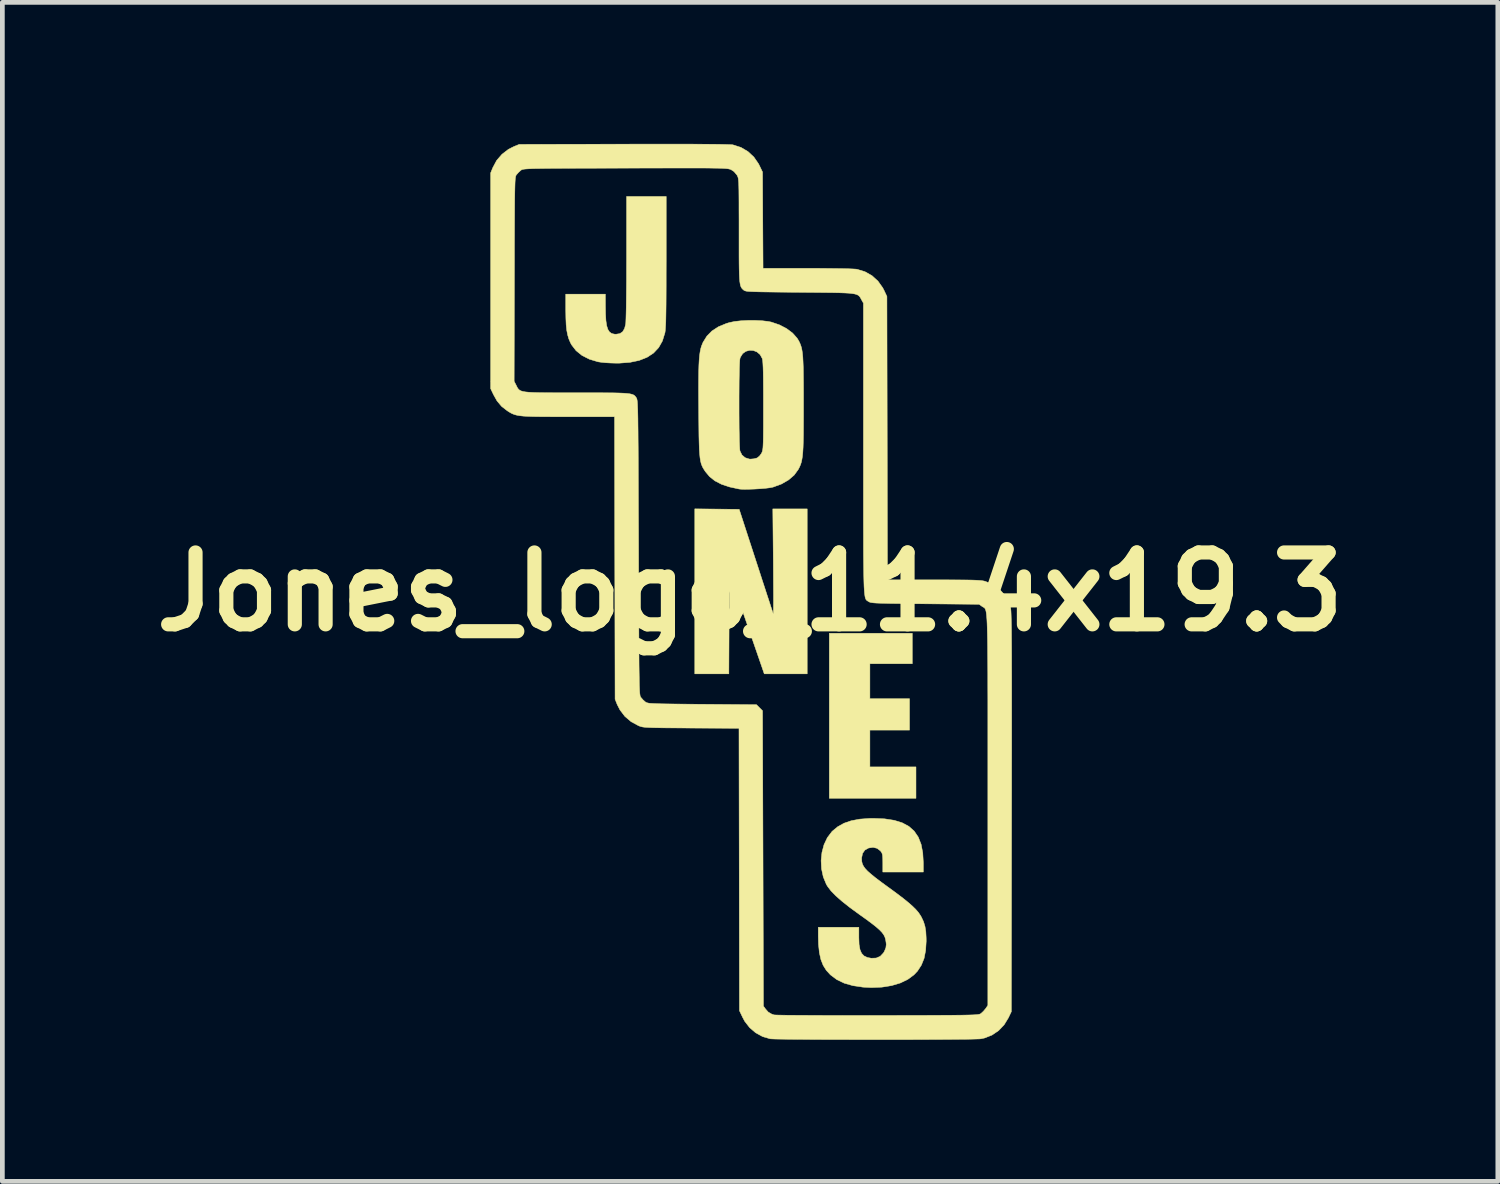
<source format=kicad_pcb>
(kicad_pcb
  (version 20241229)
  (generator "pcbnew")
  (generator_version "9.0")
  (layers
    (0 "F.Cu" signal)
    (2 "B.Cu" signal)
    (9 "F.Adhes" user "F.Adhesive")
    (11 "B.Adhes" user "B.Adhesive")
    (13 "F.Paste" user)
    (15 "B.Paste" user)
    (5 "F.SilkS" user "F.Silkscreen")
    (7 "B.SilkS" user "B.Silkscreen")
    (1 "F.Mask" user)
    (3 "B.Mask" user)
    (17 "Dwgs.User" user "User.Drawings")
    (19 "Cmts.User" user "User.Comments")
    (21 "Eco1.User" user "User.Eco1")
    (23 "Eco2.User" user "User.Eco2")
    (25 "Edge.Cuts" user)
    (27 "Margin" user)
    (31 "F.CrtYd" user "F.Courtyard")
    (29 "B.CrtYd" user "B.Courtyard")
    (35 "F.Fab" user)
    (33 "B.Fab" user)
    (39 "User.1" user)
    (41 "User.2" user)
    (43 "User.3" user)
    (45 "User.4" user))
  (footprint "Jones_logo_11.4x19.3"
    (layer "F.Cu")
    (at 12.852 9.497)
    (property "Reference" "Jones_logo_11.4x19.3" (at 0 0 0) (layer "F.SilkS") (effects (font (size 1.524 1.524) (thickness 0.3))))
    (attr through_hole)
    (fp_poly (pts (xy 3.439 1.524) (xy 2.54 1.524) (xy 2.54 2.266) (xy 3.38 2.266) (xy 3.38 2.931) (xy 2.54 2.931) (xy 2.54 3.712) (xy 3.517 3.712) (xy 3.517 4.377) (xy 1.68 4.377) (xy 1.68 0.879) (xy 3.439 0.879) (xy 3.439 1.524)) (stroke (width 0.01) (type solid)) (fill yes) (layer "F.SilkS"))
    (fp_poly (pts (xy -0.231 -1.749) (xy 0.125 -0.655) (xy 0.19 -0.456) (xy 0.251 -0.267) (xy 0.308 -0.093) (xy 0.359 0.064) (xy 0.404 0.2) (xy 0.44 0.312) (xy 0.468 0.396) (xy 0.486 0.45) (xy 0.492 0.469) (xy 0.494 0.455) (xy 0.495 0.406) (xy 0.496 0.324) (xy 0.497 0.214) (xy 0.497 0.077) (xy 0.496 -0.082) (xy 0.495 -0.26) (xy 0.494 -0.454) (xy 0.493 -0.63) (xy 0.482 -1.758) (xy 1.211 -1.758) (xy 1.211 1.739) (xy 0.301 1.739) (xy -0.44 -0.406) (xy -0.45 1.739) (xy -1.172 1.739) (xy -1.172 -1.759) (xy -0.231 -1.749)) (stroke (width 0.01) (type solid)) (fill yes) (layer "F.SilkS"))
    (fp_poly (pts (xy -1.778 -7) (xy -1.779 -6.722) (xy -1.779 -6.481) (xy -1.78 -6.274) (xy -1.781 -6.097) (xy -1.783 -5.949) (xy -1.785 -5.826) (xy -1.787 -5.725) (xy -1.791 -5.645) (xy -1.795 -5.582) (xy -1.799 -5.533) (xy -1.804 -5.497) (xy -1.807 -5.485) (xy -1.859 -5.318) (xy -1.938 -5.178) (xy -2.047 -5.062) (xy -2.184 -4.972) (xy -2.351 -4.906) (xy -2.547 -4.865) (xy -2.774 -4.848) (xy -2.843 -4.848) (xy -2.953 -4.851) (xy -3.063 -4.857) (xy -3.158 -4.867) (xy -3.224 -4.877) (xy -3.407 -4.932) (xy -3.563 -5.011) (xy -3.689 -5.113) (xy -3.784 -5.236) (xy -3.809 -5.283) (xy -3.843 -5.363) (xy -3.868 -5.449) (xy -3.887 -5.546) (xy -3.899 -5.661) (xy -3.905 -5.802) (xy -3.908 -5.974) (xy -3.908 -5.984) (xy -3.908 -6.311) (xy -3.068 -6.311) (xy -3.067 -6.062) (xy -3.064 -5.888) (xy -3.056 -5.749) (xy -3.04 -5.642) (xy -3.015 -5.563) (xy -2.981 -5.51) (xy -2.935 -5.477) (xy -2.877 -5.463) (xy -2.843 -5.461) (xy -2.761 -5.474) (xy -2.701 -5.514) (xy -2.66 -5.585) (xy -2.637 -5.677) (xy -2.634 -5.718) (xy -2.631 -5.796) (xy -2.628 -5.906) (xy -2.625 -6.046) (xy -2.623 -6.213) (xy -2.621 -6.404) (xy -2.619 -6.615) (xy -2.619 -6.844) (xy -2.618 -7.087) (xy -2.618 -7.088) (xy -2.618 -8.382) (xy -1.778 -8.382) (xy -1.778 -7)) (stroke (width 0.01) (type solid)) (fill yes) (layer "F.SilkS"))
    (fp_poly (pts (xy 2.853 4.813) (xy 3.055 4.844) (xy 3.226 4.897) (xy 3.367 4.973) (xy 3.48 5.074) (xy 3.566 5.2) (xy 3.626 5.353) (xy 3.661 5.534) (xy 3.673 5.744) (xy 3.673 5.749) (xy 3.673 5.94) (xy 2.814 5.94) (xy 2.814 5.746) (xy 2.813 5.655) (xy 2.809 5.594) (xy 2.801 5.553) (xy 2.786 5.522) (xy 2.764 5.492) (xy 2.694 5.438) (xy 2.608 5.417) (xy 2.513 5.431) (xy 2.512 5.431) (xy 2.434 5.475) (xy 2.385 5.545) (xy 2.365 5.64) (xy 2.365 5.659) (xy 2.368 5.714) (xy 2.379 5.764) (xy 2.402 5.813) (xy 2.438 5.864) (xy 2.491 5.921) (xy 2.565 5.986) (xy 2.661 6.064) (xy 2.784 6.157) (xy 2.936 6.268) (xy 2.941 6.271) (xy 3.107 6.393) (xy 3.244 6.497) (xy 3.355 6.587) (xy 3.444 6.665) (xy 3.514 6.734) (xy 3.569 6.798) (xy 3.611 6.86) (xy 3.632 6.896) (xy 3.678 6.994) (xy 3.708 7.093) (xy 3.726 7.204) (xy 3.733 7.337) (xy 3.734 7.405) (xy 3.722 7.602) (xy 3.689 7.771) (xy 3.631 7.915) (xy 3.549 8.041) (xy 3.474 8.12) (xy 3.344 8.216) (xy 3.185 8.293) (xy 3 8.348) (xy 2.794 8.381) (xy 2.573 8.39) (xy 2.393 8.381) (xy 2.179 8.349) (xy 1.994 8.296) (xy 1.837 8.22) (xy 1.705 8.121) (xy 1.701 8.117) (xy 1.615 8.023) (xy 1.549 7.917) (xy 1.501 7.794) (xy 1.469 7.648) (xy 1.451 7.475) (xy 1.446 7.303) (xy 1.446 7.112) (xy 2.306 7.112) (xy 2.306 7.332) (xy 2.311 7.475) (xy 2.33 7.584) (xy 2.364 7.664) (xy 2.416 7.719) (xy 2.488 7.753) (xy 2.57 7.768) (xy 2.674 7.764) (xy 2.76 7.727) (xy 2.828 7.655) (xy 2.849 7.619) (xy 2.879 7.546) (xy 2.887 7.478) (xy 2.884 7.44) (xy 2.875 7.38) (xy 2.86 7.325) (xy 2.835 7.273) (xy 2.797 7.221) (xy 2.743 7.165) (xy 2.669 7.1) (xy 2.573 7.025) (xy 2.45 6.934) (xy 2.311 6.835) (xy 2.114 6.691) (xy 1.951 6.562) (xy 1.82 6.447) (xy 1.718 6.343) (xy 1.646 6.249) (xy 1.617 6.202) (xy 1.552 6.044) (xy 1.515 5.873) (xy 1.506 5.698) (xy 1.524 5.524) (xy 1.568 5.36) (xy 1.638 5.212) (xy 1.732 5.087) (xy 1.742 5.076) (xy 1.858 4.98) (xy 1.991 4.906) (xy 2.145 4.853) (xy 2.325 4.819) (xy 2.534 4.804) (xy 2.618 4.803) (xy 2.853 4.813)) (stroke (width 0.01) (type solid)) (fill yes) (layer "F.SilkS"))
    (fp_poly (pts (xy 0.256 -5.747) (xy 0.383 -5.732) (xy 0.449 -5.719) (xy 0.622 -5.66) (xy 0.774 -5.581) (xy 0.901 -5.486) (xy 0.997 -5.378) (xy 1.034 -5.317) (xy 1.055 -5.274) (xy 1.073 -5.229) (xy 1.088 -5.181) (xy 1.1 -5.125) (xy 1.11 -5.058) (xy 1.118 -4.976) (xy 1.123 -4.876) (xy 1.128 -4.754) (xy 1.13 -4.608) (xy 1.132 -4.433) (xy 1.133 -4.226) (xy 1.133 -3.984) (xy 1.133 -3.966) (xy 1.133 -3.721) (xy 1.132 -3.512) (xy 1.131 -3.334) (xy 1.128 -3.185) (xy 1.124 -3.062) (xy 1.118 -2.96) (xy 1.11 -2.876) (xy 1.099 -2.807) (xy 1.087 -2.75) (xy 1.071 -2.7) (xy 1.052 -2.654) (xy 1.03 -2.61) (xy 1.022 -2.595) (xy 0.935 -2.475) (xy 0.815 -2.372) (xy 0.666 -2.286) (xy 0.49 -2.221) (xy 0.477 -2.218) (xy 0.416 -2.206) (xy 0.325 -2.195) (xy 0.217 -2.186) (xy 0.1 -2.179) (xy -0.015 -2.175) (xy -0.118 -2.173) (xy -0.199 -2.176) (xy -0.234 -2.18) (xy -0.437 -2.224) (xy -0.607 -2.281) (xy -0.746 -2.353) (xy -0.859 -2.443) (xy -0.947 -2.548) (xy -0.975 -2.591) (xy -1 -2.632) (xy -1.02 -2.674) (xy -1.037 -2.72) (xy -1.05 -2.775) (xy -1.061 -2.842) (xy -1.069 -2.925) (xy -1.076 -3.026) (xy -1.08 -3.15) (xy -1.084 -3.3) (xy -1.086 -3.481) (xy -1.088 -3.694) (xy -1.089 -3.839) (xy -1.09 -3.967) (xy -0.234 -3.967) (xy -0.234 -3.794) (xy -0.233 -3.625) (xy -0.232 -3.465) (xy -0.229 -3.321) (xy -0.227 -3.196) (xy -0.223 -3.095) (xy -0.219 -3.023) (xy -0.214 -2.986) (xy -0.214 -2.986) (xy -0.172 -2.901) (xy -0.104 -2.843) (xy -0.016 -2.815) (xy 0.012 -2.814) (xy 0.08 -2.82) (xy 0.142 -2.836) (xy 0.155 -2.842) (xy 0.199 -2.878) (xy 0.24 -2.932) (xy 0.246 -2.945) (xy 0.255 -2.964) (xy 0.262 -2.986) (xy 0.268 -3.015) (xy 0.273 -3.055) (xy 0.276 -3.108) (xy 0.279 -3.178) (xy 0.281 -3.27) (xy 0.282 -3.386) (xy 0.283 -3.53) (xy 0.283 -3.705) (xy 0.283 -3.916) (xy 0.283 -3.947) (xy 0.283 -4.176) (xy 0.282 -4.369) (xy 0.281 -4.528) (xy 0.279 -4.657) (xy 0.276 -4.759) (xy 0.272 -4.837) (xy 0.268 -4.893) (xy 0.262 -4.931) (xy 0.258 -4.947) (xy 0.212 -5.03) (xy 0.146 -5.086) (xy 0.069 -5.116) (xy -0.013 -5.12) (xy -0.091 -5.098) (xy -0.157 -5.05) (xy -0.204 -4.976) (xy -0.214 -4.947) (xy -0.219 -4.91) (xy -0.223 -4.839) (xy -0.227 -4.738) (xy -0.229 -4.613) (xy -0.232 -4.469) (xy -0.233 -4.31) (xy -0.234 -4.141) (xy -0.234 -3.967) (xy -1.09 -3.967) (xy -1.091 -4.097) (xy -1.092 -4.318) (xy -1.091 -4.508) (xy -1.089 -4.668) (xy -1.085 -4.803) (xy -1.079 -4.915) (xy -1.071 -5.008) (xy -1.06 -5.085) (xy -1.047 -5.151) (xy -1.031 -5.207) (xy -1.011 -5.257) (xy -0.997 -5.29) (xy -0.916 -5.421) (xy -0.809 -5.53) (xy -0.672 -5.619) (xy -0.503 -5.689) (xy -0.439 -5.708) (xy -0.33 -5.731) (xy -0.195 -5.746) (xy -0.044 -5.754) (xy 0.11 -5.754) (xy 0.256 -5.747)) (stroke (width 0.01) (type solid)) (fill yes) (layer "F.SilkS"))
    (fp_poly (pts (xy -1.578 -9.492) (xy -1.29 -9.492) (xy -1.04 -9.49) (xy -0.83 -9.489) (xy -0.658 -9.487) (xy -0.525 -9.484) (xy -0.43 -9.481) (xy -0.374 -9.478) (xy -0.362 -9.476) (xy -0.194 -9.422) (xy -0.046 -9.335) (xy 0.08 -9.218) (xy 0.18 -9.073) (xy 0.201 -9.031) (xy 0.264 -8.9) (xy 0.269 -7.879) (xy 0.275 -6.858) (xy 1.219 -6.858) (xy 1.431 -6.858) (xy 1.627 -6.856) (xy 1.804 -6.854) (xy 1.958 -6.852) (xy 2.085 -6.849) (xy 2.183 -6.845) (xy 2.247 -6.841) (xy 2.267 -6.838) (xy 2.435 -6.787) (xy 2.584 -6.703) (xy 2.711 -6.588) (xy 2.812 -6.446) (xy 2.839 -6.394) (xy 2.901 -6.262) (xy 2.907 -3.258) (xy 2.912 -0.254) (xy 3.895 -0.254) (xy 4.121 -0.254) (xy 4.313 -0.253) (xy 4.472 -0.252) (xy 4.602 -0.251) (xy 4.707 -0.249) (xy 4.79 -0.246) (xy 4.855 -0.242) (xy 4.905 -0.238) (xy 4.944 -0.232) (xy 4.975 -0.225) (xy 4.984 -0.223) (xy 5.146 -0.155) (xy 5.285 -0.057) (xy 5.399 0.068) (xy 5.484 0.217) (xy 5.518 0.313) (xy 5.522 0.328) (xy 5.525 0.348) (xy 5.528 0.375) (xy 5.531 0.41) (xy 5.533 0.455) (xy 5.535 0.511) (xy 5.537 0.58) (xy 5.539 0.664) (xy 5.541 0.763) (xy 5.542 0.881) (xy 5.543 1.017) (xy 5.544 1.174) (xy 5.545 1.353) (xy 5.545 1.555) (xy 5.546 1.784) (xy 5.546 2.038) (xy 5.546 2.322) (xy 5.546 2.635) (xy 5.546 2.98) (xy 5.546 3.357) (xy 5.545 3.77) (xy 5.545 4.218) (xy 5.544 4.661) (xy 5.539 8.9) (xy 5.476 9.032) (xy 5.386 9.179) (xy 5.269 9.302) (xy 5.129 9.397) (xy 4.972 9.459) (xy 4.893 9.476) (xy 4.858 9.479) (xy 4.786 9.481) (xy 4.681 9.484) (xy 4.547 9.486) (xy 4.386 9.487) (xy 4.202 9.489) (xy 3.998 9.49) (xy 3.776 9.491) (xy 3.541 9.492) (xy 3.295 9.493) (xy 3.041 9.493) (xy 2.782 9.493) (xy 2.522 9.493) (xy 2.263 9.493) (xy 2.01 9.492) (xy 1.764 9.492) (xy 1.529 9.491) (xy 1.308 9.49) (xy 1.105 9.488) (xy 0.922 9.487) (xy 0.763 9.485) (xy 0.631 9.483) (xy 0.528 9.481) (xy 0.458 9.478) (xy 0.426 9.476) (xy 0.266 9.429) (xy 0.119 9.349) (xy -0.009 9.239) (xy -0.114 9.104) (xy -0.159 9.019) (xy -0.225 8.88) (xy -0.23 5.887) (xy -0.235 2.893) (xy -1.246 2.888) (xy -1.471 2.886) (xy -1.66 2.885) (xy -1.816 2.884) (xy -1.945 2.882) (xy -2.048 2.88) (xy -2.129 2.877) (xy -2.193 2.874) (xy -2.241 2.87) (xy -2.279 2.865) (xy -2.308 2.858) (xy -2.334 2.85) (xy -2.359 2.841) (xy -2.367 2.837) (xy -2.521 2.754) (xy -2.654 2.641) (xy -2.759 2.503) (xy -2.818 2.387) (xy -2.862 2.276) (xy -2.868 -0.718) (xy -2.873 -3.712) (xy -3.856 -3.712) (xy -4.09 -3.712) (xy -4.289 -3.713) (xy -4.457 -3.714) (xy -4.595 -3.716) (xy -4.709 -3.72) (xy -4.802 -3.725) (xy -4.877 -3.733) (xy -4.938 -3.743) (xy -4.988 -3.756) (xy -5.031 -3.772) (xy -5.071 -3.791) (xy -5.111 -3.815) (xy -5.147 -3.838) (xy -5.268 -3.932) (xy -5.366 -4.049) (xy -5.439 -4.18) (xy -5.5 -4.308) (xy -5.5 -4.464) (xy -5.002 -4.464) (xy -4.958 -4.378) (xy -4.942 -4.346) (xy -4.927 -4.318) (xy -4.909 -4.295) (xy -4.887 -4.276) (xy -4.857 -4.26) (xy -4.816 -4.248) (xy -4.76 -4.238) (xy -4.687 -4.231) (xy -4.594 -4.226) (xy -4.478 -4.223) (xy -4.335 -4.221) (xy -4.162 -4.22) (xy -3.958 -4.22) (xy -3.717 -4.22) (xy -3.678 -4.22) (xy -3.432 -4.22) (xy -3.222 -4.22) (xy -3.046 -4.219) (xy -2.899 -4.218) (xy -2.779 -4.215) (xy -2.682 -4.211) (xy -2.607 -4.205) (xy -2.549 -4.198) (xy -2.506 -4.188) (xy -2.474 -4.176) (xy -2.451 -4.162) (xy -2.434 -4.144) (xy -2.418 -4.124) (xy -2.41 -4.11) (xy -2.405 -4.102) (xy -2.401 -4.091) (xy -2.397 -4.074) (xy -2.393 -4.051) (xy -2.39 -4.02) (xy -2.387 -3.978) (xy -2.385 -3.924) (xy -2.382 -3.856) (xy -2.38 -3.772) (xy -2.378 -3.671) (xy -2.377 -3.551) (xy -2.375 -3.409) (xy -2.374 -3.244) (xy -2.372 -3.055) (xy -2.371 -2.839) (xy -2.37 -2.594) (xy -2.369 -2.319) (xy -2.368 -2.012) (xy -2.367 -1.672) (xy -2.365 -1.295) (xy -2.364 -0.935) (xy -2.363 -0.527) (xy -2.362 -0.156) (xy -2.361 0.18) (xy -2.359 0.482) (xy -2.358 0.753) (xy -2.357 0.993) (xy -2.356 1.205) (xy -2.355 1.391) (xy -2.354 1.552) (xy -2.352 1.691) (xy -2.35 1.808) (xy -2.349 1.907) (xy -2.347 1.988) (xy -2.344 2.054) (xy -2.342 2.106) (xy -2.339 2.146) (xy -2.335 2.176) (xy -2.332 2.198) (xy -2.328 2.214) (xy -2.323 2.225) (xy -2.319 2.233) (xy -2.314 2.239) (xy -2.268 2.292) (xy -2.22 2.334) (xy -2.208 2.342) (xy -2.193 2.349) (xy -2.173 2.355) (xy -2.145 2.361) (xy -2.106 2.365) (xy -2.052 2.368) (xy -1.98 2.371) (xy -1.888 2.374) (xy -1.772 2.376) (xy -1.629 2.378) (xy -1.456 2.38) (xy -1.25 2.382) (xy -1.015 2.384) (xy 0.136 2.393) (xy 0.2 2.457) (xy 0.264 2.521) (xy 0.274 5.652) (xy 0.283 8.783) (xy 0.329 8.846) (xy 0.386 8.91) (xy 0.458 8.952) (xy 0.507 8.969) (xy 0.533 8.971) (xy 0.595 8.973) (xy 0.692 8.975) (xy 0.819 8.977) (xy 0.976 8.978) (xy 1.158 8.979) (xy 1.365 8.98) (xy 1.592 8.981) (xy 1.838 8.981) (xy 2.099 8.982) (xy 2.374 8.982) (xy 2.66 8.981) (xy 2.7 8.981) (xy 3.035 8.981) (xy 3.333 8.98) (xy 3.597 8.98) (xy 3.828 8.979) (xy 4.029 8.978) (xy 4.202 8.977) (xy 4.35 8.976) (xy 4.473 8.975) (xy 4.575 8.973) (xy 4.658 8.971) (xy 4.724 8.969) (xy 4.776 8.966) (xy 4.814 8.963) (xy 4.843 8.959) (xy 4.863 8.955) (xy 4.877 8.95) (xy 4.888 8.944) (xy 4.897 8.938) (xy 4.898 8.937) (xy 4.947 8.892) (xy 4.993 8.837) (xy 4.997 8.832) (xy 5.041 8.767) (xy 5.041 4.627) (xy 5.041 4.148) (xy 5.041 3.705) (xy 5.041 3.299) (xy 5.041 2.928) (xy 5.041 2.589) (xy 5.041 2.281) (xy 5.04 2.004) (xy 5.04 1.754) (xy 5.039 1.531) (xy 5.037 1.334) (xy 5.036 1.16) (xy 5.034 1.008) (xy 5.031 0.876) (xy 5.028 0.763) (xy 5.025 0.668) (xy 5.021 0.588) (xy 5.016 0.523) (xy 5.011 0.471) (xy 5.005 0.429) (xy 4.998 0.397) (xy 4.99 0.374) (xy 4.982 0.357) (xy 4.973 0.344) (xy 4.962 0.335) (xy 4.951 0.328) (xy 4.939 0.322) (xy 4.926 0.314) (xy 4.921 0.311) (xy 4.855 0.264) (xy 3.712 0.254) (xy 3.471 0.252) (xy 3.266 0.25) (xy 3.094 0.248) (xy 2.952 0.246) (xy 2.836 0.243) (xy 2.744 0.241) (xy 2.673 0.238) (xy 2.62 0.234) (xy 2.581 0.229) (xy 2.553 0.224) (xy 2.534 0.218) (xy 2.52 0.211) (xy 2.517 0.209) (xy 2.502 0.2) (xy 2.489 0.192) (xy 2.477 0.184) (xy 2.466 0.174) (xy 2.456 0.16) (xy 2.447 0.14) (xy 2.439 0.112) (xy 2.433 0.075) (xy 2.427 0.028) (xy 2.422 -0.033) (xy 2.417 -0.109) (xy 2.414 -0.201) (xy 2.411 -0.311) (xy 2.409 -0.442) (xy 2.407 -0.595) (xy 2.405 -0.771) (xy 2.404 -0.973) (xy 2.404 -1.202) (xy 2.403 -1.46) (xy 2.403 -1.75) (xy 2.403 -2.072) (xy 2.403 -2.428) (xy 2.403 -2.821) (xy 2.403 -3.039) (xy 2.403 -6.12) (xy 2.362 -6.193) (xy 2.346 -6.223) (xy 2.331 -6.248) (xy 2.314 -6.27) (xy 2.293 -6.287) (xy 2.263 -6.302) (xy 2.223 -6.314) (xy 2.17 -6.323) (xy 2.099 -6.331) (xy 2.009 -6.336) (xy 1.895 -6.34) (xy 1.756 -6.343) (xy 1.588 -6.345) (xy 1.389 -6.347) (xy 1.154 -6.349) (xy 1.052 -6.35) (xy 0.812 -6.352) (xy 0.607 -6.354) (xy 0.436 -6.356) (xy 0.294 -6.358) (xy 0.18 -6.36) (xy 0.089 -6.363) (xy 0.019 -6.366) (xy -0.034 -6.369) (xy -0.072 -6.373) (xy -0.098 -6.379) (xy -0.116 -6.385) (xy -0.129 -6.392) (xy -0.137 -6.399) (xy -0.158 -6.417) (xy -0.175 -6.436) (xy -0.189 -6.458) (xy -0.201 -6.487) (xy -0.21 -6.526) (xy -0.218 -6.577) (xy -0.224 -6.645) (xy -0.228 -6.731) (xy -0.231 -6.84) (xy -0.233 -6.974) (xy -0.234 -7.137) (xy -0.234 -7.331) (xy -0.234 -7.56) (xy -0.234 -7.661) (xy -0.234 -7.895) (xy -0.235 -8.094) (xy -0.235 -8.26) (xy -0.236 -8.397) (xy -0.237 -8.507) (xy -0.239 -8.595) (xy -0.241 -8.663) (xy -0.245 -8.714) (xy -0.249 -8.752) (xy -0.254 -8.78) (xy -0.261 -8.801) (xy -0.269 -8.818) (xy -0.277 -8.834) (xy -0.341 -8.91) (xy -0.401 -8.949) (xy -0.414 -8.955) (xy -0.429 -8.96) (xy -0.447 -8.965) (xy -0.471 -8.969) (xy -0.503 -8.973) (xy -0.545 -8.976) (xy -0.6 -8.979) (xy -0.669 -8.981) (xy -0.755 -8.982) (xy -0.86 -8.984) (xy -0.987 -8.985) (xy -1.137 -8.985) (xy -1.313 -8.985) (xy -1.517 -8.985) (xy -1.752 -8.985) (xy -2.019 -8.984) (xy -2.32 -8.984) (xy -2.643 -8.983) (xy -2.98 -8.982) (xy -3.28 -8.981) (xy -3.545 -8.981) (xy -3.777 -8.98) (xy -3.98 -8.979) (xy -4.154 -8.978) (xy -4.303 -8.977) (xy -4.427 -8.975) (xy -4.531 -8.974) (xy -4.615 -8.972) (xy -4.682 -8.969) (xy -4.734 -8.966) (xy -4.773 -8.963) (xy -4.802 -8.959) (xy -4.823 -8.955) (xy -4.837 -8.95) (xy -4.848 -8.945) (xy -4.857 -8.938) (xy -4.858 -8.938) (xy -4.91 -8.891) (xy -4.952 -8.843) (xy -4.958 -8.835) (xy -4.964 -8.824) (xy -4.969 -8.81) (xy -4.973 -8.79) (xy -4.977 -8.762) (xy -4.98 -8.724) (xy -4.983 -8.674) (xy -4.985 -8.608) (xy -4.987 -8.526) (xy -4.989 -8.425) (xy -4.991 -8.303) (xy -4.992 -8.157) (xy -4.993 -7.986) (xy -4.994 -7.786) (xy -4.995 -7.557) (xy -4.996 -7.295) (xy -4.996 -6.999) (xy -4.997 -6.667) (xy -4.997 -6.627) (xy -5.002 -4.464) (xy -5.5 -4.464) (xy -5.5 -8.88) (xy -5.455 -8.991) (xy -5.373 -9.145) (xy -5.259 -9.277) (xy -5.121 -9.383) (xy -5.005 -9.441) (xy -4.894 -9.486) (xy -2.677 -9.491) (xy -2.272 -9.492) (xy -1.905 -9.492) (xy -1.578 -9.492)) (stroke (width 0.01) (type solid)) (fill yes) (layer "F.SilkS")))
  (gr_rect
    (start -3 -3)
    (end 28.705 21.996)
    (stroke (width 0.1) (type default))
    (fill no)
    (layer "Edge.Cuts")))
</source>
